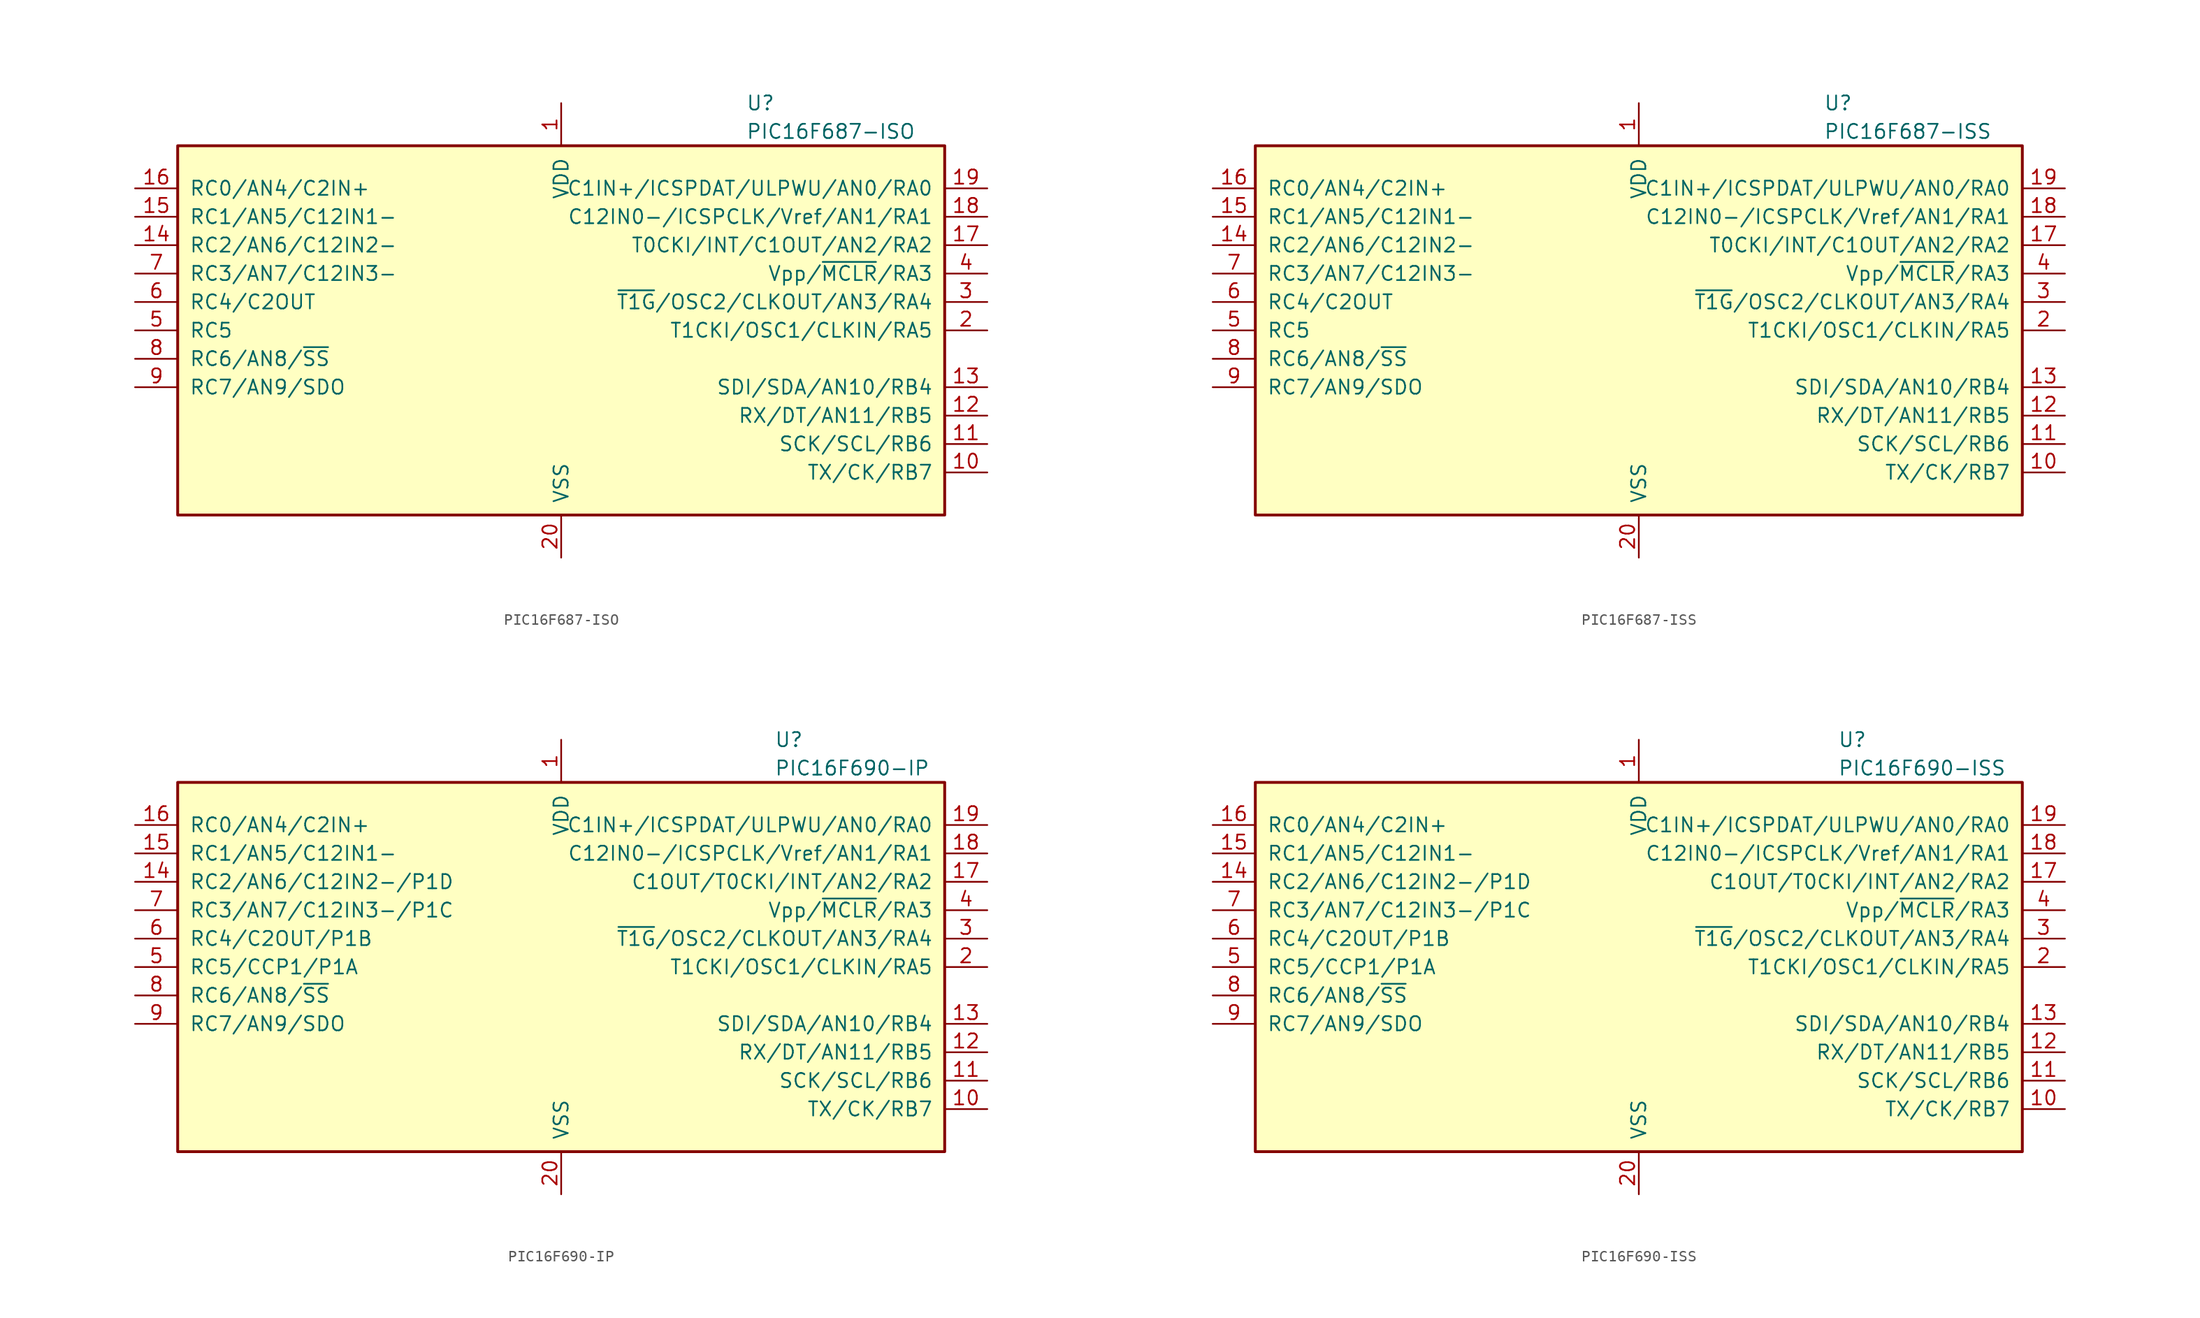
<source format=kicad_sym>
(kicad_symbol_lib
  (version 20201005)
  (generator kicad_symbol_editor)
  (symbol "PIC16F687-ISO"
    (pin_names
      (offset 1.016))
    (property "Reference" "U"
      (at 16.51 20.32 0)
      (effects (font (size 1.27 1.27)) (justify left)))
    (property "Value" "PIC16F687-ISO"
      (at 16.51 17.78 0)
      (effects (font (size 1.27 1.27)) (justify left)))
    (symbol "PIC16F687-ISO_0_1"
      (rectangle (start -34.29 16.51) (end 34.29 -16.51) (stroke (width 0.254)) (fill (type background))))
    (symbol "PIC16F687-ISO_1_1"
      (pin power_in line (at 0 20.32 270) (length 3.81) (name "VDD" (effects (font (size 1.27 1.27)))) (number "1" (effects (font (size 1.27 1.27)))))
      (pin bidirectional line (at 38.1 -12.7 180) (length 3.81) (name "TX/CK/RB7" (effects (font (size 1.27 1.27)))) (number "10" (effects (font (size 1.27 1.27)))))
      (pin bidirectional line (at 38.1 -10.16 180) (length 3.81) (name "SCK/SCL/RB6" (effects (font (size 1.27 1.27)))) (number "11" (effects (font (size 1.27 1.27)))))
      (pin bidirectional line (at 38.1 -7.62 180) (length 3.81) (name "RX/DT/AN11/RB5" (effects (font (size 1.27 1.27)))) (number "12" (effects (font (size 1.27 1.27)))))
      (pin bidirectional line (at 38.1 -5.08 180) (length 3.81) (name "SDI/SDA/AN10/RB4" (effects (font (size 1.27 1.27)))) (number "13" (effects (font (size 1.27 1.27)))))
      (pin bidirectional line (at -38.1 7.62 0) (length 3.81) (name "RC2/AN6/C12IN2-" (effects (font (size 1.27 1.27)))) (number "14" (effects (font (size 1.27 1.27)))))
      (pin bidirectional line (at -38.1 10.16 0) (length 3.81) (name "RC1/AN5/C12IN1-" (effects (font (size 1.27 1.27)))) (number "15" (effects (font (size 1.27 1.27)))))
      (pin bidirectional line (at -38.1 12.7 0) (length 3.81) (name "RC0/AN4/C2IN+" (effects (font (size 1.27 1.27)))) (number "16" (effects (font (size 1.27 1.27)))))
      (pin bidirectional line (at 38.1 7.62 180) (length 3.81) (name "T0CKI/INT/C1OUT/AN2/RA2" (effects (font (size 1.27 1.27)))) (number "17" (effects (font (size 1.27 1.27)))))
      (pin bidirectional line (at 38.1 10.16 180) (length 3.81) (name "C12IN0-/ICSPCLK/Vref/AN1/RA1" (effects (font (size 1.27 1.27)))) (number "18" (effects (font (size 1.27 1.27)))))
      (pin bidirectional line (at 38.1 12.7 180) (length 3.81) (name "C1IN+/ICSPDAT/ULPWU/AN0/RA0" (effects (font (size 1.27 1.27)))) (number "19" (effects (font (size 1.27 1.27)))))
      (pin bidirectional line (at 38.1 0 180) (length 3.81) (name "T1CKI/OSC1/CLKIN/RA5" (effects (font (size 1.27 1.27)))) (number "2" (effects (font (size 1.27 1.27)))))
      (pin power_in line (at 0 -20.32 90) (length 3.81) (name "VSS" (effects (font (size 1.27 1.27)))) (number "20" (effects (font (size 1.27 1.27)))))
      (pin bidirectional line (at 38.1 2.54 180) (length 3.81) (name "~T1G~/OSC2/CLKOUT/AN3/RA4" (effects (font (size 1.27 1.27)))) (number "3" (effects (font (size 1.27 1.27)))))
      (pin input line (at 38.1 5.08 180) (length 3.81) (name "Vpp/~MCLR~/RA3" (effects (font (size 1.27 1.27)))) (number "4" (effects (font (size 1.27 1.27)))))
      (pin bidirectional line (at -38.1 0 0) (length 3.81) (name "RC5" (effects (font (size 1.27 1.27)))) (number "5" (effects (font (size 1.27 1.27)))))
      (pin bidirectional line (at -38.1 2.54 0) (length 3.81) (name "RC4/C2OUT" (effects (font (size 1.27 1.27)))) (number "6" (effects (font (size 1.27 1.27)))))
      (pin bidirectional line (at -38.1 5.08 0) (length 3.81) (name "RC3/AN7/C12IN3-" (effects (font (size 1.27 1.27)))) (number "7" (effects (font (size 1.27 1.27)))))
      (pin bidirectional line (at -38.1 -2.54 0) (length 3.81) (name "RC6/AN8/~SS~" (effects (font (size 1.27 1.27)))) (number "8" (effects (font (size 1.27 1.27)))))
      (pin bidirectional line (at -38.1 -5.08 0) (length 3.81) (name "RC7/AN9/SDO" (effects (font (size 1.27 1.27)))) (number "9" (effects (font (size 1.27 1.27)))))))
  (symbol "PIC16F687-ISS"
    (pin_names
      (offset 1.016))
    (property "Reference" "U"
      (at 16.51 20.32 0)
      (effects (font (size 1.27 1.27)) (justify left)))
    (property "Value" "PIC16F687-ISS"
      (at 16.51 17.78 0)
      (effects (font (size 1.27 1.27)) (justify left)))
    (symbol "PIC16F687-ISS_0_1"
      (rectangle (start -34.29 16.51) (end 34.29 -16.51) (stroke (width 0.254)) (fill (type background))))
    (symbol "PIC16F687-ISS_1_1"
      (pin power_in line (at 0 20.32 270) (length 3.81) (name "VDD" (effects (font (size 1.27 1.27)))) (number "1" (effects (font (size 1.27 1.27)))))
      (pin bidirectional line (at 38.1 -12.7 180) (length 3.81) (name "TX/CK/RB7" (effects (font (size 1.27 1.27)))) (number "10" (effects (font (size 1.27 1.27)))))
      (pin bidirectional line (at 38.1 -10.16 180) (length 3.81) (name "SCK/SCL/RB6" (effects (font (size 1.27 1.27)))) (number "11" (effects (font (size 1.27 1.27)))))
      (pin bidirectional line (at 38.1 -7.62 180) (length 3.81) (name "RX/DT/AN11/RB5" (effects (font (size 1.27 1.27)))) (number "12" (effects (font (size 1.27 1.27)))))
      (pin bidirectional line (at 38.1 -5.08 180) (length 3.81) (name "SDI/SDA/AN10/RB4" (effects (font (size 1.27 1.27)))) (number "13" (effects (font (size 1.27 1.27)))))
      (pin bidirectional line (at -38.1 7.62 0) (length 3.81) (name "RC2/AN6/C12IN2-" (effects (font (size 1.27 1.27)))) (number "14" (effects (font (size 1.27 1.27)))))
      (pin bidirectional line (at -38.1 10.16 0) (length 3.81) (name "RC1/AN5/C12IN1-" (effects (font (size 1.27 1.27)))) (number "15" (effects (font (size 1.27 1.27)))))
      (pin bidirectional line (at -38.1 12.7 0) (length 3.81) (name "RC0/AN4/C2IN+" (effects (font (size 1.27 1.27)))) (number "16" (effects (font (size 1.27 1.27)))))
      (pin bidirectional line (at 38.1 7.62 180) (length 3.81) (name "T0CKI/INT/C1OUT/AN2/RA2" (effects (font (size 1.27 1.27)))) (number "17" (effects (font (size 1.27 1.27)))))
      (pin bidirectional line (at 38.1 10.16 180) (length 3.81) (name "C12IN0-/ICSPCLK/Vref/AN1/RA1" (effects (font (size 1.27 1.27)))) (number "18" (effects (font (size 1.27 1.27)))))
      (pin bidirectional line (at 38.1 12.7 180) (length 3.81) (name "C1IN+/ICSPDAT/ULPWU/AN0/RA0" (effects (font (size 1.27 1.27)))) (number "19" (effects (font (size 1.27 1.27)))))
      (pin bidirectional line (at 38.1 0 180) (length 3.81) (name "T1CKI/OSC1/CLKIN/RA5" (effects (font (size 1.27 1.27)))) (number "2" (effects (font (size 1.27 1.27)))))
      (pin power_in line (at 0 -20.32 90) (length 3.81) (name "VSS" (effects (font (size 1.27 1.27)))) (number "20" (effects (font (size 1.27 1.27)))))
      (pin bidirectional line (at 38.1 2.54 180) (length 3.81) (name "~T1G~/OSC2/CLKOUT/AN3/RA4" (effects (font (size 1.27 1.27)))) (number "3" (effects (font (size 1.27 1.27)))))
      (pin input line (at 38.1 5.08 180) (length 3.81) (name "Vpp/~MCLR~/RA3" (effects (font (size 1.27 1.27)))) (number "4" (effects (font (size 1.27 1.27)))))
      (pin bidirectional line (at -38.1 0 0) (length 3.81) (name "RC5" (effects (font (size 1.27 1.27)))) (number "5" (effects (font (size 1.27 1.27)))))
      (pin bidirectional line (at -38.1 2.54 0) (length 3.81) (name "RC4/C2OUT" (effects (font (size 1.27 1.27)))) (number "6" (effects (font (size 1.27 1.27)))))
      (pin bidirectional line (at -38.1 5.08 0) (length 3.81) (name "RC3/AN7/C12IN3-" (effects (font (size 1.27 1.27)))) (number "7" (effects (font (size 1.27 1.27)))))
      (pin bidirectional line (at -38.1 -2.54 0) (length 3.81) (name "RC6/AN8/~SS~" (effects (font (size 1.27 1.27)))) (number "8" (effects (font (size 1.27 1.27)))))
      (pin bidirectional line (at -38.1 -5.08 0) (length 3.81) (name "RC7/AN9/SDO" (effects (font (size 1.27 1.27)))) (number "9" (effects (font (size 1.27 1.27)))))))
  (symbol "PIC16F690-IP"
    (pin_names
      (offset 1.016))
    (property "Reference" "U"
      (at 19.05 20.32 0)
      (effects (font (size 1.27 1.27)) (justify left)))
    (property "Value" "PIC16F690-IP"
      (at 19.05 17.78 0)
      (effects (font (size 1.27 1.27)) (justify left)))
    (symbol "PIC16F690-IP_0_1"
      (rectangle (start -34.29 16.51) (end 34.29 -16.51) (stroke (width 0.254)) (fill (type background))))
    (symbol "PIC16F690-IP_1_1"
      (pin power_in line (at 0 20.32 270) (length 3.81) (name "VDD" (effects (font (size 1.27 1.27)))) (number "1" (effects (font (size 1.27 1.27)))))
      (pin bidirectional line (at 38.1 -12.7 180) (length 3.81) (name "TX/CK/RB7" (effects (font (size 1.27 1.27)))) (number "10" (effects (font (size 1.27 1.27)))))
      (pin bidirectional line (at 38.1 -10.16 180) (length 3.81) (name "SCK/SCL/RB6" (effects (font (size 1.27 1.27)))) (number "11" (effects (font (size 1.27 1.27)))))
      (pin bidirectional line (at 38.1 -7.62 180) (length 3.81) (name "RX/DT/AN11/RB5" (effects (font (size 1.27 1.27)))) (number "12" (effects (font (size 1.27 1.27)))))
      (pin bidirectional line (at 38.1 -5.08 180) (length 3.81) (name "SDI/SDA/AN10/RB4" (effects (font (size 1.27 1.27)))) (number "13" (effects (font (size 1.27 1.27)))))
      (pin bidirectional line (at -38.1 7.62 0) (length 3.81) (name "RC2/AN6/C12IN2-/P1D" (effects (font (size 1.27 1.27)))) (number "14" (effects (font (size 1.27 1.27)))))
      (pin bidirectional line (at -38.1 10.16 0) (length 3.81) (name "RC1/AN5/C12IN1-" (effects (font (size 1.27 1.27)))) (number "15" (effects (font (size 1.27 1.27)))))
      (pin bidirectional line (at -38.1 12.7 0) (length 3.81) (name "RC0/AN4/C2IN+" (effects (font (size 1.27 1.27)))) (number "16" (effects (font (size 1.27 1.27)))))
      (pin bidirectional line (at 38.1 7.62 180) (length 3.81) (name "C1OUT/T0CKI/INT/AN2/RA2" (effects (font (size 1.27 1.27)))) (number "17" (effects (font (size 1.27 1.27)))))
      (pin bidirectional line (at 38.1 10.16 180) (length 3.81) (name "C12IN0-/ICSPCLK/Vref/AN1/RA1" (effects (font (size 1.27 1.27)))) (number "18" (effects (font (size 1.27 1.27)))))
      (pin bidirectional line (at 38.1 12.7 180) (length 3.81) (name "C1IN+/ICSPDAT/ULPWU/AN0/RA0" (effects (font (size 1.27 1.27)))) (number "19" (effects (font (size 1.27 1.27)))))
      (pin bidirectional line (at 38.1 0 180) (length 3.81) (name "T1CKI/OSC1/CLKIN/RA5" (effects (font (size 1.27 1.27)))) (number "2" (effects (font (size 1.27 1.27)))))
      (pin power_in line (at 0 -20.32 90) (length 3.81) (name "VSS" (effects (font (size 1.27 1.27)))) (number "20" (effects (font (size 1.27 1.27)))))
      (pin bidirectional line (at 38.1 2.54 180) (length 3.81) (name "~T1G~/OSC2/CLKOUT/AN3/RA4" (effects (font (size 1.27 1.27)))) (number "3" (effects (font (size 1.27 1.27)))))
      (pin input line (at 38.1 5.08 180) (length 3.81) (name "Vpp/~MCLR~/RA3" (effects (font (size 1.27 1.27)))) (number "4" (effects (font (size 1.27 1.27)))))
      (pin bidirectional line (at -38.1 0 0) (length 3.81) (name "RC5/CCP1/P1A" (effects (font (size 1.27 1.27)))) (number "5" (effects (font (size 1.27 1.27)))))
      (pin bidirectional line (at -38.1 2.54 0) (length 3.81) (name "RC4/C2OUT/P1B" (effects (font (size 1.27 1.27)))) (number "6" (effects (font (size 1.27 1.27)))))
      (pin bidirectional line (at -38.1 5.08 0) (length 3.81) (name "RC3/AN7/C12IN3-/P1C" (effects (font (size 1.27 1.27)))) (number "7" (effects (font (size 1.27 1.27)))))
      (pin bidirectional line (at -38.1 -2.54 0) (length 3.81) (name "RC6/AN8/~SS~" (effects (font (size 1.27 1.27)))) (number "8" (effects (font (size 1.27 1.27)))))
      (pin bidirectional line (at -38.1 -5.08 0) (length 3.81) (name "RC7/AN9/SDO" (effects (font (size 1.27 1.27)))) (number "9" (effects (font (size 1.27 1.27)))))))
  (symbol "PIC16F690-ISS"
    (pin_names
      (offset 1.016))
    (property "Reference" "U"
      (at 17.78 20.32 0)
      (effects (font (size 1.27 1.27)) (justify left)))
    (property "Value" "PIC16F690-ISS"
      (at 17.78 17.78 0)
      (effects (font (size 1.27 1.27)) (justify left)))
    (symbol "PIC16F690-ISS_0_1"
      (rectangle (start -34.29 16.51) (end 34.29 -16.51) (stroke (width 0.254)) (fill (type background))))
    (symbol "PIC16F690-ISS_1_1"
      (pin power_in line (at 0 20.32 270) (length 3.81) (name "VDD" (effects (font (size 1.27 1.27)))) (number "1" (effects (font (size 1.27 1.27)))))
      (pin bidirectional line (at 38.1 -12.7 180) (length 3.81) (name "TX/CK/RB7" (effects (font (size 1.27 1.27)))) (number "10" (effects (font (size 1.27 1.27)))))
      (pin bidirectional line (at 38.1 -10.16 180) (length 3.81) (name "SCK/SCL/RB6" (effects (font (size 1.27 1.27)))) (number "11" (effects (font (size 1.27 1.27)))))
      (pin bidirectional line (at 38.1 -7.62 180) (length 3.81) (name "RX/DT/AN11/RB5" (effects (font (size 1.27 1.27)))) (number "12" (effects (font (size 1.27 1.27)))))
      (pin bidirectional line (at 38.1 -5.08 180) (length 3.81) (name "SDI/SDA/AN10/RB4" (effects (font (size 1.27 1.27)))) (number "13" (effects (font (size 1.27 1.27)))))
      (pin bidirectional line (at -38.1 7.62 0) (length 3.81) (name "RC2/AN6/C12IN2-/P1D" (effects (font (size 1.27 1.27)))) (number "14" (effects (font (size 1.27 1.27)))))
      (pin bidirectional line (at -38.1 10.16 0) (length 3.81) (name "RC1/AN5/C12IN1-" (effects (font (size 1.27 1.27)))) (number "15" (effects (font (size 1.27 1.27)))))
      (pin bidirectional line (at -38.1 12.7 0) (length 3.81) (name "RC0/AN4/C2IN+" (effects (font (size 1.27 1.27)))) (number "16" (effects (font (size 1.27 1.27)))))
      (pin bidirectional line (at 38.1 7.62 180) (length 3.81) (name "C1OUT/T0CKI/INT/AN2/RA2" (effects (font (size 1.27 1.27)))) (number "17" (effects (font (size 1.27 1.27)))))
      (pin bidirectional line (at 38.1 10.16 180) (length 3.81) (name "C12IN0-/ICSPCLK/Vref/AN1/RA1" (effects (font (size 1.27 1.27)))) (number "18" (effects (font (size 1.27 1.27)))))
      (pin bidirectional line (at 38.1 12.7 180) (length 3.81) (name "C1IN+/ICSPDAT/ULPWU/AN0/RA0" (effects (font (size 1.27 1.27)))) (number "19" (effects (font (size 1.27 1.27)))))
      (pin bidirectional line (at 38.1 0 180) (length 3.81) (name "T1CKI/OSC1/CLKIN/RA5" (effects (font (size 1.27 1.27)))) (number "2" (effects (font (size 1.27 1.27)))))
      (pin power_in line (at 0 -20.32 90) (length 3.81) (name "VSS" (effects (font (size 1.27 1.27)))) (number "20" (effects (font (size 1.27 1.27)))))
      (pin bidirectional line (at 38.1 2.54 180) (length 3.81) (name "~T1G~/OSC2/CLKOUT/AN3/RA4" (effects (font (size 1.27 1.27)))) (number "3" (effects (font (size 1.27 1.27)))))
      (pin input line (at 38.1 5.08 180) (length 3.81) (name "Vpp/~MCLR~/RA3" (effects (font (size 1.27 1.27)))) (number "4" (effects (font (size 1.27 1.27)))))
      (pin bidirectional line (at -38.1 0 0) (length 3.81) (name "RC5/CCP1/P1A" (effects (font (size 1.27 1.27)))) (number "5" (effects (font (size 1.27 1.27)))))
      (pin bidirectional line (at -38.1 2.54 0) (length 3.81) (name "RC4/C2OUT/P1B" (effects (font (size 1.27 1.27)))) (number "6" (effects (font (size 1.27 1.27)))))
      (pin bidirectional line (at -38.1 5.08 0) (length 3.81) (name "RC3/AN7/C12IN3-/P1C" (effects (font (size 1.27 1.27)))) (number "7" (effects (font (size 1.27 1.27)))))
      (pin bidirectional line (at -38.1 -2.54 0) (length 3.81) (name "RC6/AN8/~SS~" (effects (font (size 1.27 1.27)))) (number "8" (effects (font (size 1.27 1.27)))))
      (pin bidirectional line (at -38.1 -5.08 0) (length 3.81) (name "RC7/AN9/SDO" (effects (font (size 1.27 1.27)))) (number "9" (effects (font (size 1.27 1.27))))))))
</source>
